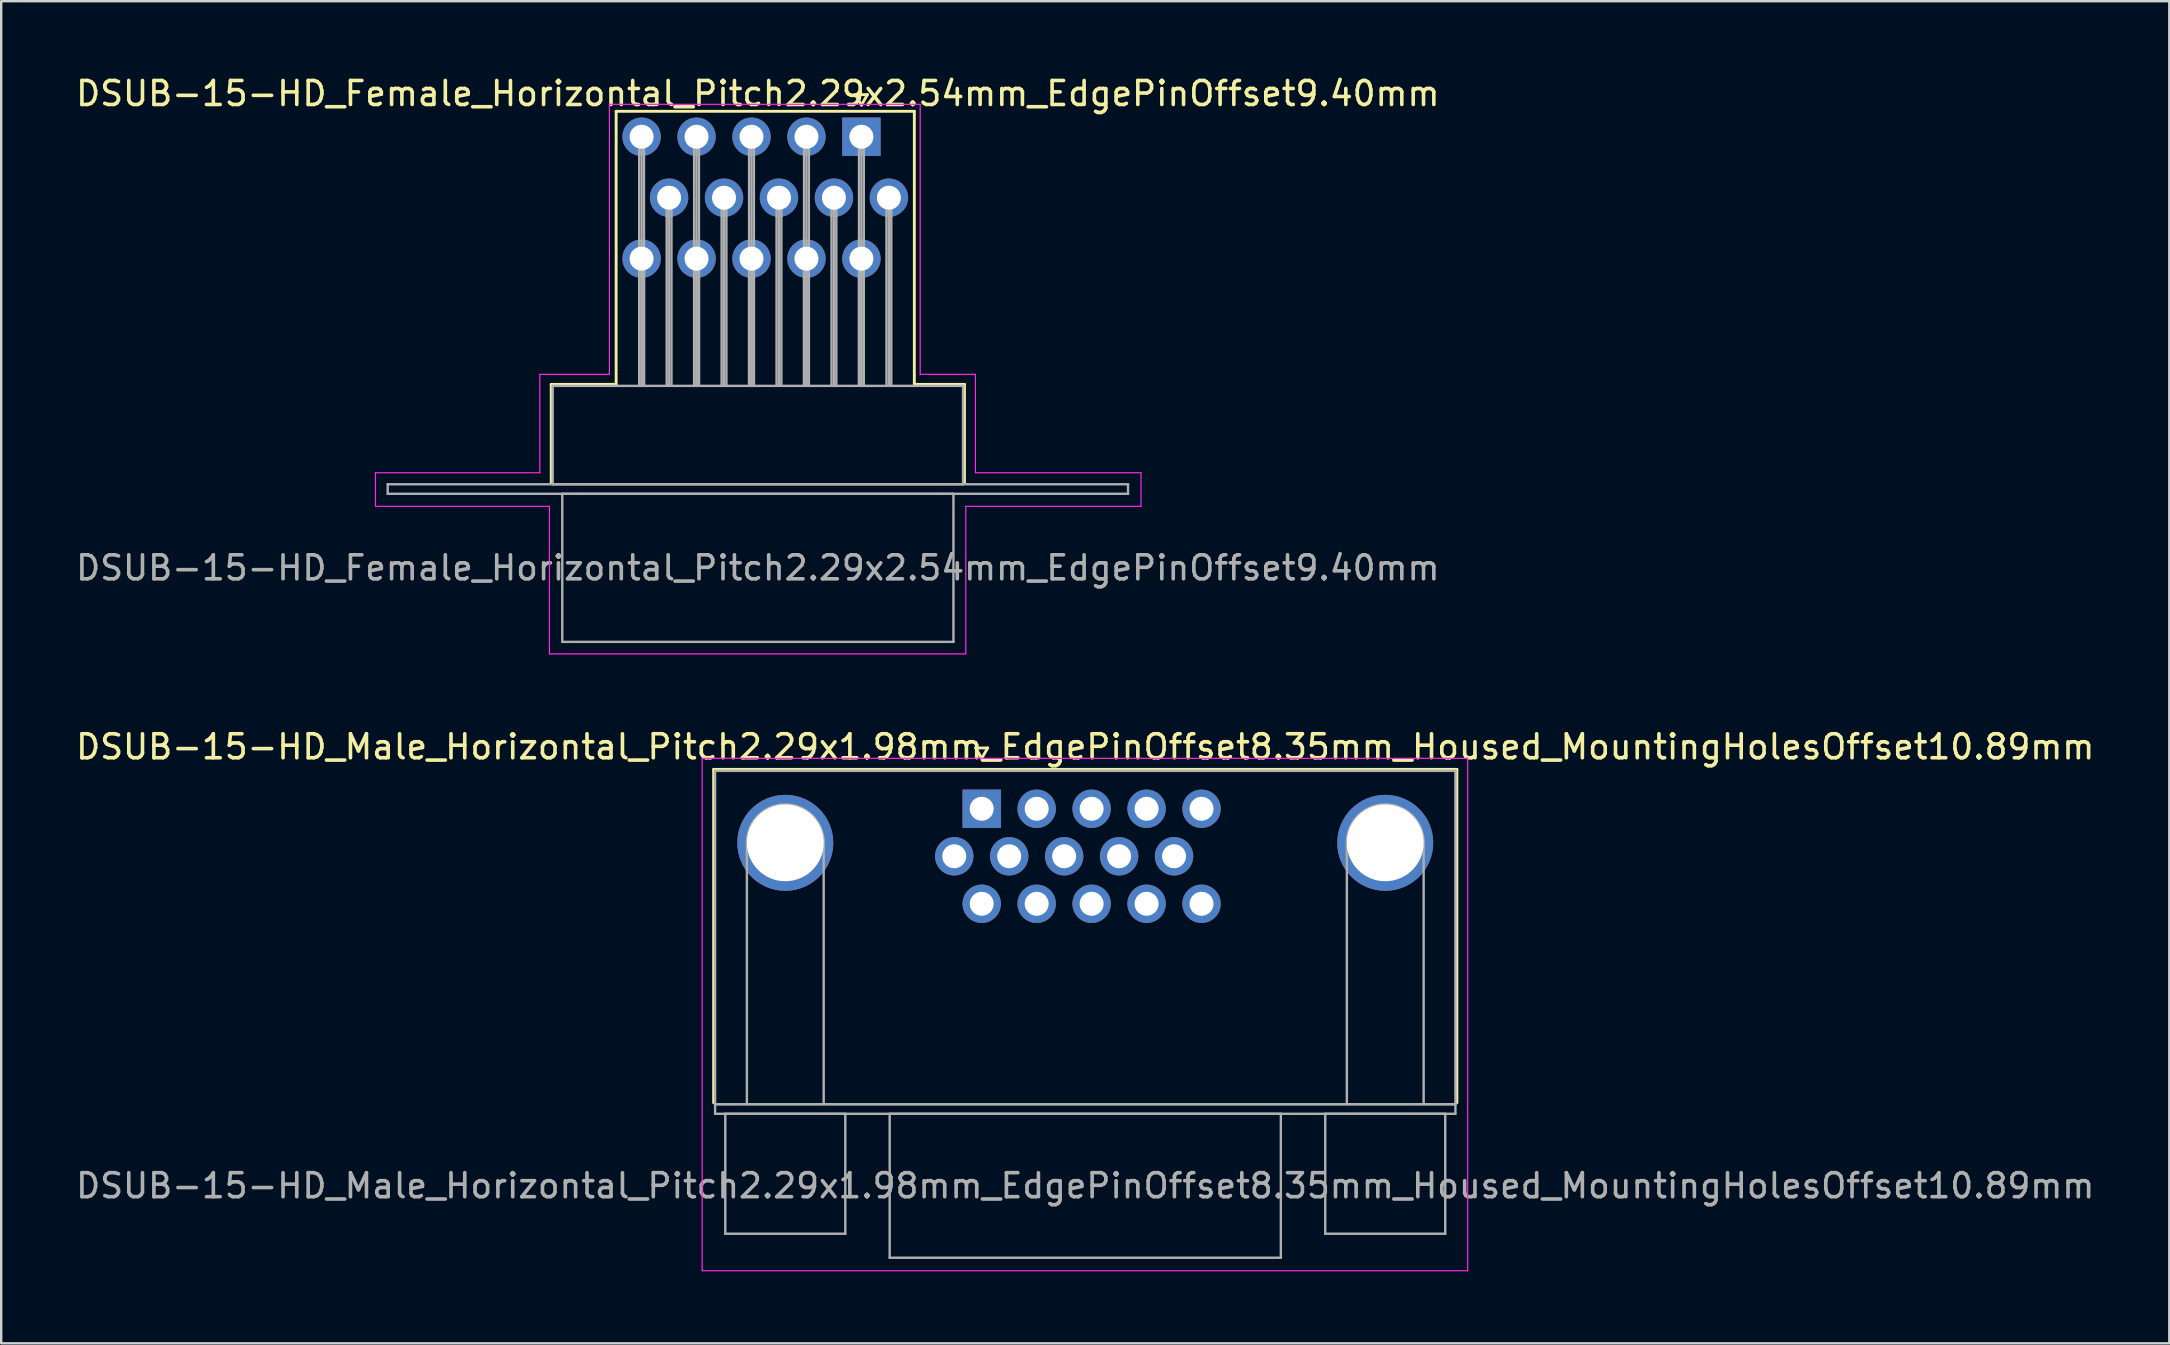
<source format=kicad_pcb>
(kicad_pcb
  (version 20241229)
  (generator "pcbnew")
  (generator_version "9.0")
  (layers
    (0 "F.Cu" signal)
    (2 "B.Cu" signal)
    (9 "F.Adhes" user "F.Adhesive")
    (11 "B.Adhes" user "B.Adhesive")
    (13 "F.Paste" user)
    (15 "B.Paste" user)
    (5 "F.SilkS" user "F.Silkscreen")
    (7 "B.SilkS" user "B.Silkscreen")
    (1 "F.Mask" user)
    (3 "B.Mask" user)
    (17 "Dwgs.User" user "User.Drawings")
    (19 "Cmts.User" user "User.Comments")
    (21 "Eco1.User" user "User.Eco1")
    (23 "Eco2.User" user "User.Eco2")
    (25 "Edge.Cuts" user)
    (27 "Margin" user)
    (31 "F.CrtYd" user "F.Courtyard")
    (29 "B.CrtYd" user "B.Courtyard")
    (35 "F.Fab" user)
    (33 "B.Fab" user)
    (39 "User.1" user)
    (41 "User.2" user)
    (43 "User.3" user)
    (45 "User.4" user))
  (footprint "DSUB-15-HD_Male_Horizontal_Pitch2.29x1.98mm_EdgePinOffset8.35mm_Housed_MountingHolesOffset10.89mm"
    (layer "F.Cu")
    (at 37.858 30.651)
    (property "Reference" "DSUB-15-HD_Male_Horizontal_Pitch2.29x1.98mm_EdgePinOffset8.35mm_Housed_MountingHolesOffset10.89mm" (at 4.315 -2.58 0) (layer "F.SilkS") (effects (font (size 1 1) (thickness 0.15))))
    (attr through_hole)
    (fp_line (start -11.17 -1.64) (end 19.8 -1.64) (stroke (width 0.12) (type solid)) (layer "F.SilkS"))
    (fp_line (start -11.17 12.25) (end -11.17 -1.64) (stroke (width 0.12) (type solid)) (layer "F.SilkS"))
    (fp_line (start -0.25 -2.534) (end 0.25 -2.534) (stroke (width 0.12) (type solid)) (layer "F.SilkS"))
    (fp_line (start 0 -2.101) (end -0.25 -2.534) (stroke (width 0.12) (type solid)) (layer "F.SilkS"))
    (fp_line (start 0.25 -2.534) (end 0 -2.101) (stroke (width 0.12) (type solid)) (layer "F.SilkS"))
    (fp_line (start 19.8 -1.64) (end 19.8 12.25) (stroke (width 0.12) (type solid)) (layer "F.SilkS"))
    (fp_line (start -11.65 -2.1) (end -11.65 19.25) (stroke (width 0.05) (type solid)) (layer "F.CrtYd"))
    (fp_line (start -11.65 19.25) (end 20.25 19.25) (stroke (width 0.05) (type solid)) (layer "F.CrtYd"))
    (fp_line (start 20.25 -2.1) (end -11.65 -2.1) (stroke (width 0.05) (type solid)) (layer "F.CrtYd"))
    (fp_line (start 20.25 19.25) (end 20.25 -2.1) (stroke (width 0.05) (type solid)) (layer "F.CrtYd"))
    (fp_line (start -11.11 -1.58) (end -11.11 12.31) (stroke (width 0.1) (type solid)) (layer "F.Fab"))
    (fp_line (start -11.11 12.31) (end -11.11 12.71) (stroke (width 0.1) (type solid)) (layer "F.Fab"))
    (fp_line (start -11.11 12.31) (end 19.74 12.31) (stroke (width 0.1) (type solid)) (layer "F.Fab"))
    (fp_line (start -11.11 12.71) (end 19.74 12.71) (stroke (width 0.1) (type solid)) (layer "F.Fab"))
    (fp_line (start -10.685 12.71) (end -10.685 17.71) (stroke (width 0.1) (type solid)) (layer "F.Fab"))
    (fp_line (start -10.685 17.71) (end -5.685 17.71) (stroke (width 0.1) (type solid)) (layer "F.Fab"))
    (fp_line (start -9.785 12.31) (end -9.785 1.42) (stroke (width 0.1) (type solid)) (layer "F.Fab"))
    (fp_line (start -6.585 12.31) (end -6.585 1.42) (stroke (width 0.1) (type solid)) (layer "F.Fab"))
    (fp_line (start -5.685 12.71) (end -10.685 12.71) (stroke (width 0.1) (type solid)) (layer "F.Fab"))
    (fp_line (start -5.685 17.71) (end -5.685 12.71) (stroke (width 0.1) (type solid)) (layer "F.Fab"))
    (fp_line (start -3.835 12.71) (end -3.835 18.71) (stroke (width 0.1) (type solid)) (layer "F.Fab"))
    (fp_line (start -3.835 18.71) (end 12.465 18.71) (stroke (width 0.1) (type solid)) (layer "F.Fab"))
    (fp_line (start 12.465 12.71) (end -3.835 12.71) (stroke (width 0.1) (type solid)) (layer "F.Fab"))
    (fp_line (start 12.465 18.71) (end 12.465 12.71) (stroke (width 0.1) (type solid)) (layer "F.Fab"))
    (fp_line (start 14.315 12.71) (end 14.315 17.71) (stroke (width 0.1) (type solid)) (layer "F.Fab"))
    (fp_line (start 14.315 17.71) (end 19.315 17.71) (stroke (width 0.1) (type solid)) (layer "F.Fab"))
    (fp_line (start 15.215 12.31) (end 15.215 1.42) (stroke (width 0.1) (type solid)) (layer "F.Fab"))
    (fp_line (start 18.415 12.31) (end 18.415 1.42) (stroke (width 0.1) (type solid)) (layer "F.Fab"))
    (fp_line (start 19.315 12.71) (end 14.315 12.71) (stroke (width 0.1) (type solid)) (layer "F.Fab"))
    (fp_line (start 19.315 17.71) (end 19.315 12.71) (stroke (width 0.1) (type solid)) (layer "F.Fab"))
    (fp_line (start 19.74 -1.58) (end -11.11 -1.58) (stroke (width 0.1) (type solid)) (layer "F.Fab"))
    (fp_line (start 19.74 12.31) (end -11.11 12.31) (stroke (width 0.1) (type solid)) (layer "F.Fab"))
    (fp_line (start 19.74 12.31) (end 19.74 -1.58) (stroke (width 0.1) (type solid)) (layer "F.Fab"))
    (fp_line (start 19.74 12.71) (end 19.74 12.31) (stroke (width 0.1) (type solid)) (layer "F.Fab"))
    (fp_arc (start -9.785 1.42) (mid -8.185 -0.18) (end -6.585 1.42) (stroke (width 0.1) (type solid)) (layer "F.Fab"))
    (fp_arc (start 15.215 1.42) (mid 16.815 -0.18) (end 18.415 1.42) (stroke (width 0.1) (type solid)) (layer "F.Fab"))
    (fp_text user "${REFERENCE}" (at 4.315 15.71 0) (layer "F.Fab") (effects (font (size 1 1) (thickness 0.15))))
    (pad "0" thru_hole circle (at -8.185 1.42) (size 4 4) (drill 3.2) (layers "*.Cu" "*.Mask"))
    (pad "0" thru_hole circle (at 16.815 1.42) (size 4 4) (drill 3.2) (layers "*.Cu" "*.Mask"))
    (pad "1" thru_hole rect (at 0 0) (size 1.6 1.6) (drill 1) (layers "*.Cu" "*.Mask"))
    (pad "2" thru_hole circle (at 2.29 0) (size 1.6 1.6) (drill 1) (layers "*.Cu" "*.Mask"))
    (pad "3" thru_hole circle (at 4.58 0) (size 1.6 1.6) (drill 1) (layers "*.Cu" "*.Mask"))
    (pad "4" thru_hole circle (at 6.87 0) (size 1.6 1.6) (drill 1) (layers "*.Cu" "*.Mask"))
    (pad "5" thru_hole circle (at 9.16 0) (size 1.6 1.6) (drill 1) (layers "*.Cu" "*.Mask"))
    (pad "6" thru_hole circle (at -1.145 1.98) (size 1.6 1.6) (drill 1) (layers "*.Cu" "*.Mask"))
    (pad "7" thru_hole circle (at 1.145 1.98) (size 1.6 1.6) (drill 1) (layers "*.Cu" "*.Mask"))
    (pad "8" thru_hole circle (at 3.435 1.98) (size 1.6 1.6) (drill 1) (layers "*.Cu" "*.Mask"))
    (pad "9" thru_hole circle (at 5.725 1.98) (size 1.6 1.6) (drill 1) (layers "*.Cu" "*.Mask"))
    (pad "10" thru_hole circle (at 8.015 1.98) (size 1.6 1.6) (drill 1) (layers "*.Cu" "*.Mask"))
    (pad "11" thru_hole circle (at 0 3.96) (size 1.6 1.6) (drill 1) (layers "*.Cu" "*.Mask"))
    (pad "12" thru_hole circle (at 2.29 3.96) (size 1.6 1.6) (drill 1) (layers "*.Cu" "*.Mask"))
    (pad "13" thru_hole circle (at 4.58 3.96) (size 1.6 1.6) (drill 1) (layers "*.Cu" "*.Mask"))
    (pad "14" thru_hole circle (at 6.87 3.96) (size 1.6 1.6) (drill 1) (layers "*.Cu" "*.Mask"))
    (pad "15" thru_hole circle (at 9.16 3.96) (size 1.6 1.6) (drill 1) (layers "*.Cu" "*.Mask")))
  (footprint "DSUB-15-HD_Female_Horizontal_Pitch2.29x2.54mm_EdgePinOffset9.40mm"
    (layer "F.Cu")
    (at 32.845 2.648)
    (property "Reference" "DSUB-15-HD_Female_Horizontal_Pitch2.29x2.54mm_EdgePinOffset9.40mm" (at -4.315 -1.8 0) (layer "F.SilkS") (effects (font (size 1 1) (thickness 0.15))))
    (attr through_hole)
    (fp_line (start -12.925 10.32) (end -10.22 10.32) (stroke (width 0.12) (type solid)) (layer "F.SilkS"))
    (fp_line (start -12.925 14.42) (end -12.925 10.32) (stroke (width 0.12) (type solid)) (layer "F.SilkS"))
    (fp_line (start -10.22 -1.06) (end 2.205 -1.06) (stroke (width 0.12) (type solid)) (layer "F.SilkS"))
    (fp_line (start -10.22 10.32) (end -10.22 -1.06) (stroke (width 0.12) (type solid)) (layer "F.SilkS"))
    (fp_line (start -0.25 -1.754) (end 0.25 -1.754) (stroke (width 0.12) (type solid)) (layer "F.SilkS"))
    (fp_line (start 0 -1.321) (end -0.25 -1.754) (stroke (width 0.12) (type solid)) (layer "F.SilkS"))
    (fp_line (start 0.25 -1.754) (end 0 -1.321) (stroke (width 0.12) (type solid)) (layer "F.SilkS"))
    (fp_line (start 2.205 -1.06) (end 2.205 10.32) (stroke (width 0.12) (type solid)) (layer "F.SilkS"))
    (fp_line (start 2.205 10.32) (end 4.295 10.32) (stroke (width 0.12) (type solid)) (layer "F.SilkS"))
    (fp_line (start 4.295 10.32) (end 4.295 14.42) (stroke (width 0.12) (type solid)) (layer "F.SilkS"))
    (fp_line (start -20.25 14) (end -13.4 14) (stroke (width 0.05) (type solid)) (layer "F.CrtYd"))
    (fp_line (start -20.25 15.4) (end -20.25 14) (stroke (width 0.05) (type solid)) (layer "F.CrtYd"))
    (fp_line (start -13.4 9.9) (end -10.5 9.9) (stroke (width 0.05) (type solid)) (layer "F.CrtYd"))
    (fp_line (start -13.4 14) (end -13.4 9.9) (stroke (width 0.05) (type solid)) (layer "F.CrtYd"))
    (fp_line (start -13 15.4) (end -20.25 15.4) (stroke (width 0.05) (type solid)) (layer "F.CrtYd"))
    (fp_line (start -13 21.55) (end -13 15.4) (stroke (width 0.05) (type solid)) (layer "F.CrtYd"))
    (fp_line (start -10.5 -1.35) (end 2.45 -1.35) (stroke (width 0.05) (type solid)) (layer "F.CrtYd"))
    (fp_line (start -10.5 9.9) (end -10.5 -1.35) (stroke (width 0.05) (type solid)) (layer "F.CrtYd"))
    (fp_line (start 2.45 -1.35) (end 2.45 9.9) (stroke (width 0.05) (type solid)) (layer "F.CrtYd"))
    (fp_line (start 2.45 9.9) (end 4.75 9.9) (stroke (width 0.05) (type solid)) (layer "F.CrtYd"))
    (fp_line (start 4.35 15.4) (end 4.35 21.55) (stroke (width 0.05) (type solid)) (layer "F.CrtYd"))
    (fp_line (start 4.35 21.55) (end -13 21.55) (stroke (width 0.05) (type solid)) (layer "F.CrtYd"))
    (fp_line (start 4.75 9.9) (end 4.75 14) (stroke (width 0.05) (type solid)) (layer "F.CrtYd"))
    (fp_line (start 4.75 14) (end 11.65 14) (stroke (width 0.05) (type solid)) (layer "F.CrtYd"))
    (fp_line (start 11.65 14) (end 11.65 15.4) (stroke (width 0.05) (type solid)) (layer "F.CrtYd"))
    (fp_line (start 11.65 15.4) (end 4.35 15.4) (stroke (width 0.05) (type solid)) (layer "F.CrtYd"))
    (fp_line (start -19.74 14.48) (end -19.74 14.88) (stroke (width 0.1) (type solid)) (layer "F.Fab"))
    (fp_line (start -19.74 14.88) (end 11.11 14.88) (stroke (width 0.1) (type solid)) (layer "F.Fab"))
    (fp_line (start -12.865 10.38) (end -12.865 14.48) (stroke (width 0.1) (type solid)) (layer "F.Fab"))
    (fp_line (start -12.865 14.48) (end 4.235 14.48) (stroke (width 0.1) (type solid)) (layer "F.Fab"))
    (fp_line (start -12.465 14.88) (end -12.465 21.05) (stroke (width 0.1) (type solid)) (layer "F.Fab"))
    (fp_line (start -12.465 21.05) (end 3.835 21.05) (stroke (width 0.1) (type solid)) (layer "F.Fab"))
    (fp_line (start -9.26 0) (end -9.26 10.38) (stroke (width 0.1) (type solid)) (layer "F.Fab"))
    (fp_line (start -9.26 5.08) (end -9.26 10.38) (stroke (width 0.1) (type solid)) (layer "F.Fab"))
    (fp_line (start -9.16 0) (end -9.16 10.38) (stroke (width 0.1) (type solid)) (layer "F.Fab"))
    (fp_line (start -9.16 5.08) (end -9.16 10.38) (stroke (width 0.1) (type solid)) (layer "F.Fab"))
    (fp_line (start -9.06 0) (end -9.06 10.38) (stroke (width 0.1) (type solid)) (layer "F.Fab"))
    (fp_line (start -9.06 5.08) (end -9.06 10.38) (stroke (width 0.1) (type solid)) (layer "F.Fab"))
    (fp_line (start -8.115 2.54) (end -8.115 10.38) (stroke (width 0.1) (type solid)) (layer "F.Fab"))
    (fp_line (start -8.015 2.54) (end -8.015 10.38) (stroke (width 0.1) (type solid)) (layer "F.Fab"))
    (fp_line (start -7.915 2.54) (end -7.915 10.38) (stroke (width 0.1) (type solid)) (layer "F.Fab"))
    (fp_line (start -6.97 0) (end -6.97 10.38) (stroke (width 0.1) (type solid)) (layer "F.Fab"))
    (fp_line (start -6.97 5.08) (end -6.97 10.38) (stroke (width 0.1) (type solid)) (layer "F.Fab"))
    (fp_line (start -6.87 0) (end -6.87 10.38) (stroke (width 0.1) (type solid)) (layer "F.Fab"))
    (fp_line (start -6.87 5.08) (end -6.87 10.38) (stroke (width 0.1) (type solid)) (layer "F.Fab"))
    (fp_line (start -6.77 0) (end -6.77 10.38) (stroke (width 0.1) (type solid)) (layer "F.Fab"))
    (fp_line (start -6.77 5.08) (end -6.77 10.38) (stroke (width 0.1) (type solid)) (layer "F.Fab"))
    (fp_line (start -5.825 2.54) (end -5.825 10.38) (stroke (width 0.1) (type solid)) (layer "F.Fab"))
    (fp_line (start -5.725 2.54) (end -5.725 10.38) (stroke (width 0.1) (type solid)) (layer "F.Fab"))
    (fp_line (start -5.625 2.54) (end -5.625 10.38) (stroke (width 0.1) (type solid)) (layer "F.Fab"))
    (fp_line (start -4.68 0) (end -4.68 10.38) (stroke (width 0.1) (type solid)) (layer "F.Fab"))
    (fp_line (start -4.68 5.08) (end -4.68 10.38) (stroke (width 0.1) (type solid)) (layer "F.Fab"))
    (fp_line (start -4.58 0) (end -4.58 10.38) (stroke (width 0.1) (type solid)) (layer "F.Fab"))
    (fp_line (start -4.58 5.08) (end -4.58 10.38) (stroke (width 0.1) (type solid)) (layer "F.Fab"))
    (fp_line (start -4.48 0) (end -4.48 10.38) (stroke (width 0.1) (type solid)) (layer "F.Fab"))
    (fp_line (start -4.48 5.08) (end -4.48 10.38) (stroke (width 0.1) (type solid)) (layer "F.Fab"))
    (fp_line (start -3.535 2.54) (end -3.535 10.38) (stroke (width 0.1) (type solid)) (layer "F.Fab"))
    (fp_line (start -3.435 2.54) (end -3.435 10.38) (stroke (width 0.1) (type solid)) (layer "F.Fab"))
    (fp_line (start -3.335 2.54) (end -3.335 10.38) (stroke (width 0.1) (type solid)) (layer "F.Fab"))
    (fp_line (start -2.39 0) (end -2.39 10.38) (stroke (width 0.1) (type solid)) (layer "F.Fab"))
    (fp_line (start -2.39 5.08) (end -2.39 10.38) (stroke (width 0.1) (type solid)) (layer "F.Fab"))
    (fp_line (start -2.29 0) (end -2.29 10.38) (stroke (width 0.1) (type solid)) (layer "F.Fab"))
    (fp_line (start -2.29 5.08) (end -2.29 10.38) (stroke (width 0.1) (type solid)) (layer "F.Fab"))
    (fp_line (start -2.19 0) (end -2.19 10.38) (stroke (width 0.1) (type solid)) (layer "F.Fab"))
    (fp_line (start -2.19 5.08) (end -2.19 10.38) (stroke (width 0.1) (type solid)) (layer "F.Fab"))
    (fp_line (start -1.245 2.54) (end -1.245 10.38) (stroke (width 0.1) (type solid)) (layer "F.Fab"))
    (fp_line (start -1.145 2.54) (end -1.145 10.38) (stroke (width 0.1) (type solid)) (layer "F.Fab"))
    (fp_line (start -1.045 2.54) (end -1.045 10.38) (stroke (width 0.1) (type solid)) (layer "F.Fab"))
    (fp_line (start -0.1 0) (end -0.1 10.38) (stroke (width 0.1) (type solid)) (layer "F.Fab"))
    (fp_line (start -0.1 5.08) (end -0.1 10.38) (stroke (width 0.1) (type solid)) (layer "F.Fab"))
    (fp_line (start 0 0) (end 0 10.38) (stroke (width 0.1) (type solid)) (layer "F.Fab"))
    (fp_line (start 0 5.08) (end 0 10.38) (stroke (width 0.1) (type solid)) (layer "F.Fab"))
    (fp_line (start 0.1 0) (end 0.1 10.38) (stroke (width 0.1) (type solid)) (layer "F.Fab"))
    (fp_line (start 0.1 5.08) (end 0.1 10.38) (stroke (width 0.1) (type solid)) (layer "F.Fab"))
    (fp_line (start 1.045 2.54) (end 1.045 10.38) (stroke (width 0.1) (type solid)) (layer "F.Fab"))
    (fp_line (start 1.145 2.54) (end 1.145 10.38) (stroke (width 0.1) (type solid)) (layer "F.Fab"))
    (fp_line (start 1.245 2.54) (end 1.245 10.38) (stroke (width 0.1) (type solid)) (layer "F.Fab"))
    (fp_line (start 3.835 14.88) (end -12.465 14.88) (stroke (width 0.1) (type solid)) (layer "F.Fab"))
    (fp_line (start 3.835 21.05) (end 3.835 14.88) (stroke (width 0.1) (type solid)) (layer "F.Fab"))
    (fp_line (start 4.235 10.38) (end -12.865 10.38) (stroke (width 0.1) (type solid)) (layer "F.Fab"))
    (fp_line (start 4.235 14.48) (end 4.235 10.38) (stroke (width 0.1) (type solid)) (layer "F.Fab"))
    (fp_line (start 11.11 14.48) (end -19.74 14.48) (stroke (width 0.1) (type solid)) (layer "F.Fab"))
    (fp_line (start 11.11 14.88) (end 11.11 14.48) (stroke (width 0.1) (type solid)) (layer "F.Fab"))
    (fp_text user "${REFERENCE}" (at -4.315 17.965 0) (layer "F.Fab") (effects (font (size 1 1) (thickness 0.15))))
    (pad "1" thru_hole rect (at 0 0) (size 1.6 1.6) (drill 1) (layers "*.Cu" "*.Mask"))
    (pad "2" thru_hole circle (at -2.29 0) (size 1.6 1.6) (drill 1) (layers "*.Cu" "*.Mask"))
    (pad "3" thru_hole circle (at -4.58 0) (size 1.6 1.6) (drill 1) (layers "*.Cu" "*.Mask"))
    (pad "4" thru_hole circle (at -6.87 0) (size 1.6 1.6) (drill 1) (layers "*.Cu" "*.Mask"))
    (pad "5" thru_hole circle (at -9.16 0) (size 1.6 1.6) (drill 1) (layers "*.Cu" "*.Mask"))
    (pad "6" thru_hole circle (at 1.145 2.54) (size 1.6 1.6) (drill 1) (layers "*.Cu" "*.Mask"))
    (pad "7" thru_hole circle (at -1.145 2.54) (size 1.6 1.6) (drill 1) (layers "*.Cu" "*.Mask"))
    (pad "8" thru_hole circle (at -3.435 2.54) (size 1.6 1.6) (drill 1) (layers "*.Cu" "*.Mask"))
    (pad "9" thru_hole circle (at -5.725 2.54) (size 1.6 1.6) (drill 1) (layers "*.Cu" "*.Mask"))
    (pad "10" thru_hole circle (at -8.015 2.54) (size 1.6 1.6) (drill 1) (layers "*.Cu" "*.Mask"))
    (pad "11" thru_hole circle (at 0 5.08) (size 1.6 1.6) (drill 1) (layers "*.Cu" "*.Mask"))
    (pad "12" thru_hole circle (at -2.29 5.08) (size 1.6 1.6) (drill 1) (layers "*.Cu" "*.Mask"))
    (pad "13" thru_hole circle (at -4.58 5.08) (size 1.6 1.6) (drill 1) (layers "*.Cu" "*.Mask"))
    (pad "14" thru_hole circle (at -6.87 5.08) (size 1.6 1.6) (drill 1) (layers "*.Cu" "*.Mask"))
    (pad "15" thru_hole circle (at -9.16 5.08) (size 1.6 1.6) (drill 1) (layers "*.Cu" "*.Mask")))
  (gr_rect
    (start -3 -3)
    (end 87.345 52.926)
    (stroke (width 0.1) (type default))
    (fill no)
    (layer "Edge.Cuts")))
</source>
